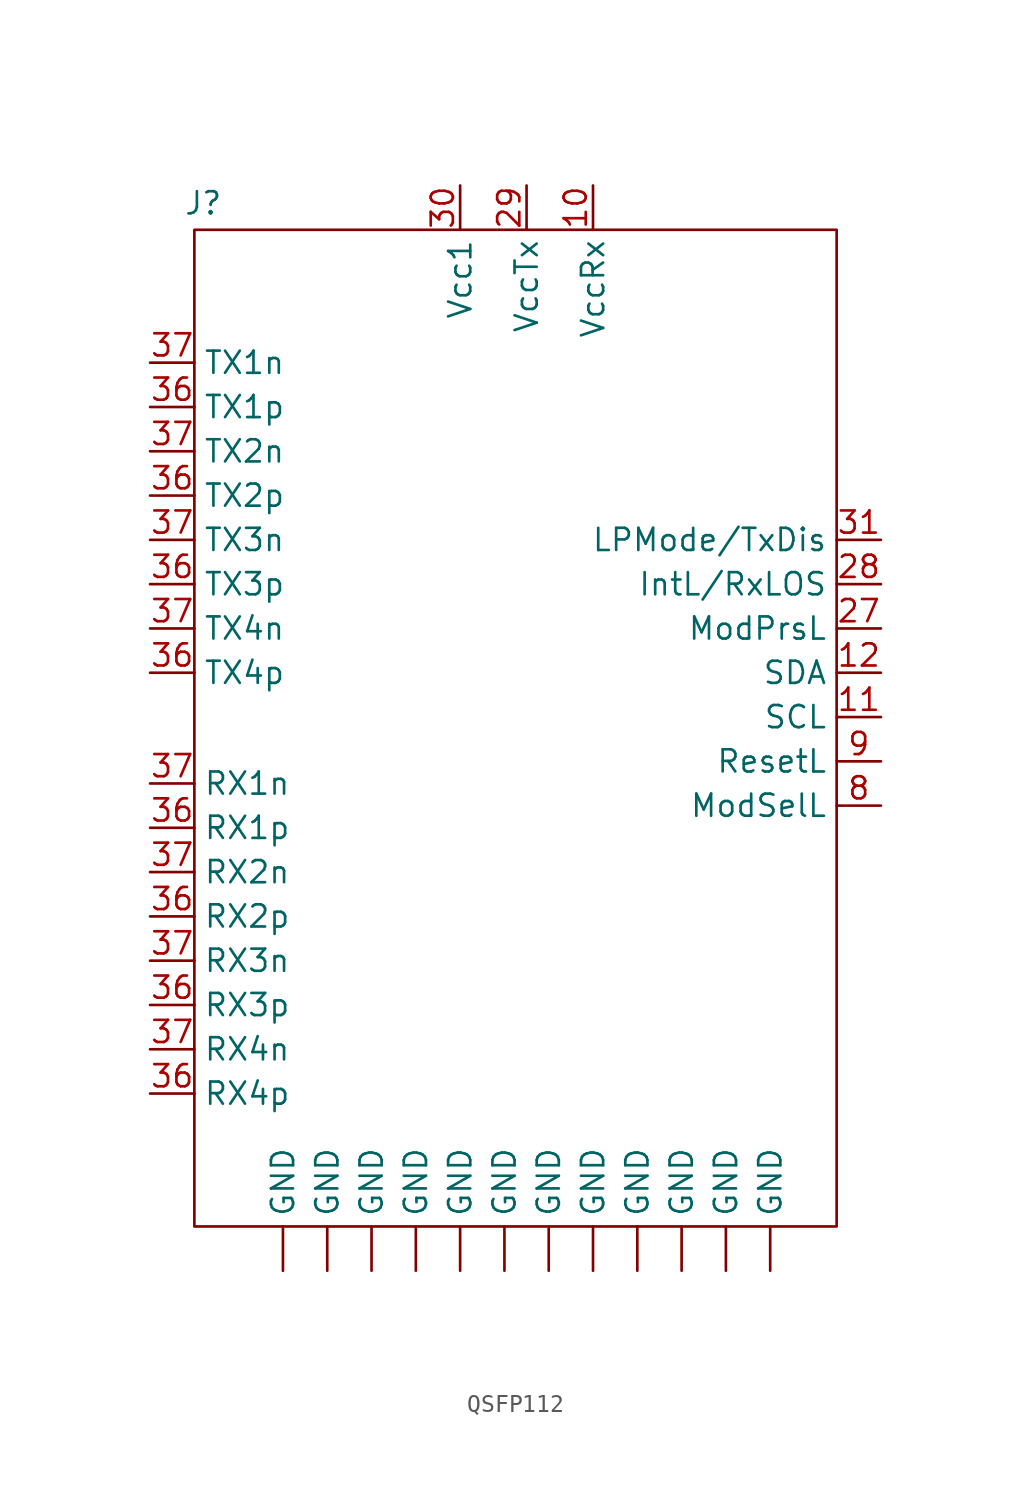
<source format=kicad_sym>
(kicad_symbol_lib
  (version 20231120)
  (generator "kicad_symbol_editor")
  (generator_version "8.0")
  (symbol "QSFP112"
    (property "Reference" "J"
      (at -19.812 29.464 0)
      (effects (font (size 1.27 1.27))))
    (property "Value" ""
      (at 0 -11.43 0)
      (effects (font (size 1.27 1.27))))
    (symbol "QSFP112_0_1"
      (rectangle (start -20.32 27.94) (end 16.51 -29.21) (stroke (width 0) (type default)) (fill (type none))))
    (symbol "QSFP112_1_1"
      (pin power_in line (at -15.24 -31.75 90) (length 2.54) (name "GND" (effects (font (size 1.27 1.27)))) (number "" (effects (font (size 1.27 1.27)))))
      (pin power_in line (at -12.7 -31.75 90) (length 2.54) (name "GND" (effects (font (size 1.27 1.27)))) (number "" (effects (font (size 1.27 1.27)))))
      (pin power_in line (at -10.16 -31.75 90) (length 2.54) (name "GND" (effects (font (size 1.27 1.27)))) (number "" (effects (font (size 1.27 1.27)))))
      (pin power_in line (at -7.62 -31.75 90) (length 2.54) (name "GND" (effects (font (size 1.27 1.27)))) (number "" (effects (font (size 1.27 1.27)))))
      (pin power_in line (at -5.08 -31.75 90) (length 2.54) (name "GND" (effects (font (size 1.27 1.27)))) (number "" (effects (font (size 1.27 1.27)))))
      (pin power_in line (at -2.54 -31.75 90) (length 2.54) (name "GND" (effects (font (size 1.27 1.27)))) (number "" (effects (font (size 1.27 1.27)))))
      (pin power_in line (at 0 -31.75 90) (length 2.54) (name "GND" (effects (font (size 1.27 1.27)))) (number "" (effects (font (size 1.27 1.27)))))
      (pin power_in line (at 2.54 -31.75 90) (length 2.54) (name "GND" (effects (font (size 1.27 1.27)))) (number "" (effects (font (size 1.27 1.27)))))
      (pin power_in line (at 5.08 -31.75 90) (length 2.54) (name "GND" (effects (font (size 1.27 1.27)))) (number "" (effects (font (size 1.27 1.27)))))
      (pin power_in line (at 7.62 -31.75 90) (length 2.54) (name "GND" (effects (font (size 1.27 1.27)))) (number "" (effects (font (size 1.27 1.27)))))
      (pin power_in line (at 10.16 -31.75 90) (length 2.54) (name "GND" (effects (font (size 1.27 1.27)))) (number "" (effects (font (size 1.27 1.27)))))
      (pin power_in line (at 12.7 -31.75 90) (length 2.54) (name "GND" (effects (font (size 1.27 1.27)))) (number "" (effects (font (size 1.27 1.27)))))
      (pin power_in line (at 2.54 30.48 270) (length 2.54) (name "VccRx" (effects (font (size 1.27 1.27)))) (number "10" (effects (font (size 1.27 1.27)))))
      (pin bidirectional line (at 19.05 0 180) (length 2.54) (name "SCL" (effects (font (size 1.27 1.27)))) (number "11" (effects (font (size 1.27 1.27)))))
      (pin bidirectional line (at 19.05 2.54 180) (length 2.54) (name "SDA" (effects (font (size 1.27 1.27)))) (number "12" (effects (font (size 1.27 1.27)))))
      (pin output line (at 19.05 5.08 180) (length 2.54) (name "ModPrsL" (effects (font (size 1.27 1.27)))) (number "27" (effects (font (size 1.27 1.27)))))
      (pin output line (at 19.05 7.62 180) (length 2.54) (name "IntL/RxLOS" (effects (font (size 1.27 1.27)))) (number "28" (effects (font (size 1.27 1.27)))))
      (pin power_in line (at -1.27 30.48 270) (length 2.54) (name "VccTx" (effects (font (size 1.27 1.27)))) (number "29" (effects (font (size 1.27 1.27)))))
      (pin power_in line (at -5.08 30.48 270) (length 2.54) (name "Vcc1" (effects (font (size 1.27 1.27)))) (number "30" (effects (font (size 1.27 1.27)))))
      (pin input line (at 19.05 10.16 180) (length 2.54) (name "LPMode/TxDis" (effects (font (size 1.27 1.27)))) (number "31" (effects (font (size 1.27 1.27)))))
      (pin input line (at -22.86 -6.35 0) (length 2.54) (name "RX1p" (effects (font (size 1.27 1.27)))) (number "36" (effects (font (size 1.27 1.27)))))
      (pin input line (at -22.86 -11.43 0) (length 2.54) (name "RX2p" (effects (font (size 1.27 1.27)))) (number "36" (effects (font (size 1.27 1.27)))))
      (pin input line (at -22.86 -16.51 0) (length 2.54) (name "RX3p" (effects (font (size 1.27 1.27)))) (number "36" (effects (font (size 1.27 1.27)))))
      (pin input line (at -22.86 -21.59 0) (length 2.54) (name "RX4p" (effects (font (size 1.27 1.27)))) (number "36" (effects (font (size 1.27 1.27)))))
      (pin output line (at -22.86 17.78 0) (length 2.54) (name "TX1p" (effects (font (size 1.27 1.27)))) (number "36" (effects (font (size 1.27 1.27)))))
      (pin output line (at -22.86 12.7 0) (length 2.54) (name "TX2p" (effects (font (size 1.27 1.27)))) (number "36" (effects (font (size 1.27 1.27)))))
      (pin output line (at -22.86 7.62 0) (length 2.54) (name "TX3p" (effects (font (size 1.27 1.27)))) (number "36" (effects (font (size 1.27 1.27)))))
      (pin output line (at -22.86 2.54 0) (length 2.54) (name "TX4p" (effects (font (size 1.27 1.27)))) (number "36" (effects (font (size 1.27 1.27)))))
      (pin input line (at -22.86 -3.81 0) (length 2.54) (name "RX1n" (effects (font (size 1.27 1.27)))) (number "37" (effects (font (size 1.27 1.27)))))
      (pin input line (at -22.86 -8.89 0) (length 2.54) (name "RX2n" (effects (font (size 1.27 1.27)))) (number "37" (effects (font (size 1.27 1.27)))))
      (pin input line (at -22.86 -13.97 0) (length 2.54) (name "RX3n" (effects (font (size 1.27 1.27)))) (number "37" (effects (font (size 1.27 1.27)))))
      (pin input line (at -22.86 -19.05 0) (length 2.54) (name "RX4n" (effects (font (size 1.27 1.27)))) (number "37" (effects (font (size 1.27 1.27)))))
      (pin output line (at -22.86 20.32 0) (length 2.54) (name "TX1n" (effects (font (size 1.27 1.27)))) (number "37" (effects (font (size 1.27 1.27)))))
      (pin output line (at -22.86 15.24 0) (length 2.54) (name "TX2n" (effects (font (size 1.27 1.27)))) (number "37" (effects (font (size 1.27 1.27)))))
      (pin output line (at -22.86 10.16 0) (length 2.54) (name "TX3n" (effects (font (size 1.27 1.27)))) (number "37" (effects (font (size 1.27 1.27)))))
      (pin output line (at -22.86 5.08 0) (length 2.54) (name "TX4n" (effects (font (size 1.27 1.27)))) (number "37" (effects (font (size 1.27 1.27)))))
      (pin input line (at 19.05 -5.08 180) (length 2.54) (name "ModSelL" (effects (font (size 1.27 1.27)))) (number "8" (effects (font (size 1.27 1.27)))))
      (pin input line (at 19.05 -2.54 180) (length 2.54) (name "ResetL" (effects (font (size 1.27 1.27)))) (number "9" (effects (font (size 1.27 1.27))))))))
</source>
